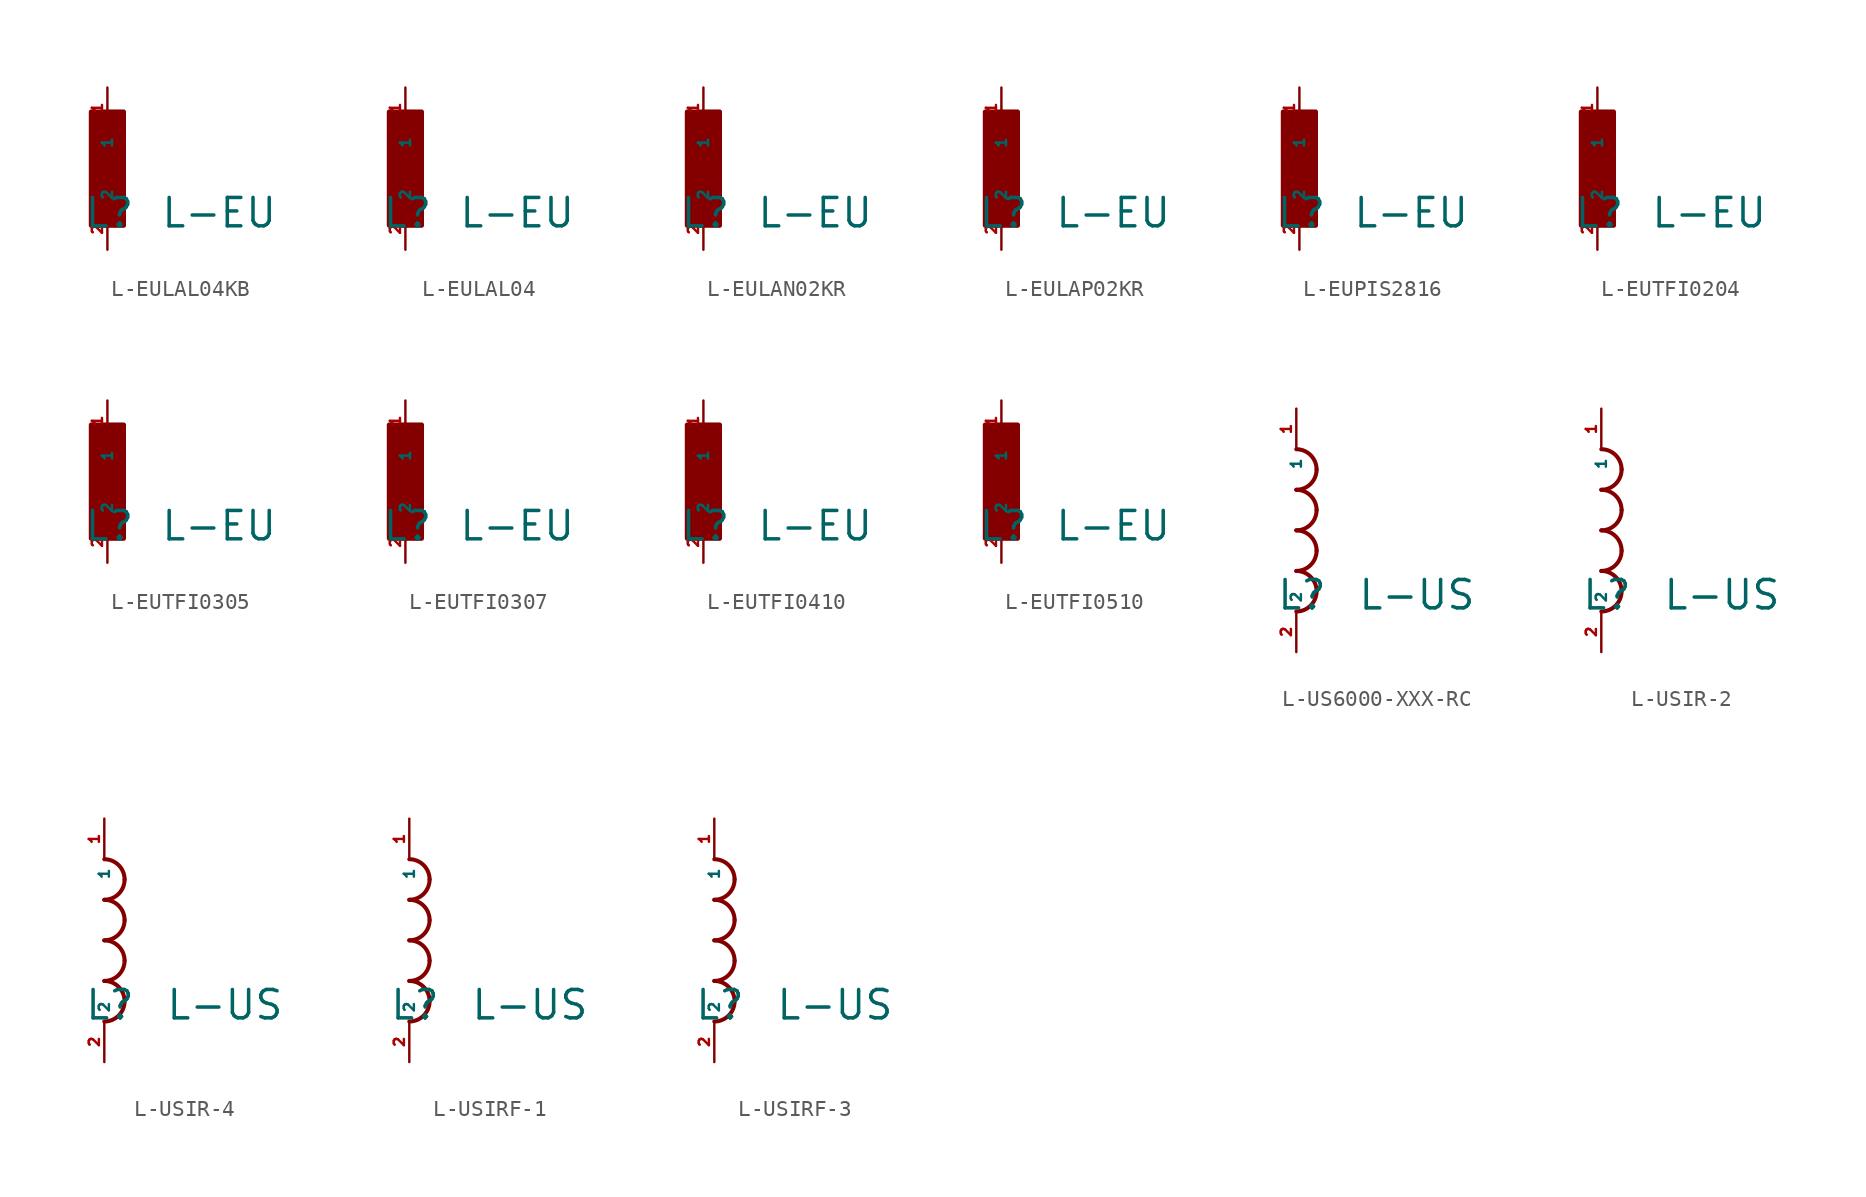
<source format=kicad_sym>
(kicad_symbol_lib
  (version 20220914)
  (generator Eagle2Kicad)
  (symbol "L-EULAL04KB"
    (property "Reference" "L"
      (at -1.499 -3.81 0)
      (effects (font (size 1.778 1.778) (thickness 0.22)) (justify left bottom)))
    (property "Value" "L-EU"
      (at 3.302 -3.81 0)
      (effects (font (size 1.778 1.778) (thickness 0.22)) (justify left bottom)))
    (rectangle
      (start -1.016 -3.556)
      (end 1.016 3.556)
      (stroke (width 0.3) (type default))
      (fill (type outline)))
    (pin passive line
      (at 0 -5.08 90)
      (length 2.54)
      (name "2" (effects (font (size 0.635 0.635) (thickness 0.08)) (justify left bottom)))
      (number "2" (effects (font (size 0.635 0.635) (thickness 0.08)) (justify left bottom))))
    (pin passive line
      (at 0 5.08 270)
      (length 2.54)
      (name "1" (effects (font (size 0.635 0.635) (thickness 0.08)) (justify left bottom)))
      (number "1" (effects (font (size 0.635 0.635) (thickness 0.08)) (justify left bottom)))))
  (symbol "L-EULAL04"
    (property "Reference" "L"
      (at -1.499 -3.81 0)
      (effects (font (size 1.778 1.778) (thickness 0.22)) (justify left bottom)))
    (property "Value" "L-EU"
      (at 3.302 -3.81 0)
      (effects (font (size 1.778 1.778) (thickness 0.22)) (justify left bottom)))
    (rectangle
      (start -1.016 -3.556)
      (end 1.016 3.556)
      (stroke (width 0.3) (type default))
      (fill (type outline)))
    (pin passive line
      (at 0 -5.08 90)
      (length 2.54)
      (name "2" (effects (font (size 0.635 0.635) (thickness 0.08)) (justify left bottom)))
      (number "2" (effects (font (size 0.635 0.635) (thickness 0.08)) (justify left bottom))))
    (pin passive line
      (at 0 5.08 270)
      (length 2.54)
      (name "1" (effects (font (size 0.635 0.635) (thickness 0.08)) (justify left bottom)))
      (number "1" (effects (font (size 0.635 0.635) (thickness 0.08)) (justify left bottom)))))
  (symbol "L-EULAN02KR"
    (property "Reference" "L"
      (at -1.499 -3.81 0)
      (effects (font (size 1.778 1.778) (thickness 0.22)) (justify left bottom)))
    (property "Value" "L-EU"
      (at 3.302 -3.81 0)
      (effects (font (size 1.778 1.778) (thickness 0.22)) (justify left bottom)))
    (rectangle
      (start -1.016 -3.556)
      (end 1.016 3.556)
      (stroke (width 0.3) (type default))
      (fill (type outline)))
    (pin passive line
      (at 0 -5.08 90)
      (length 2.54)
      (name "2" (effects (font (size 0.635 0.635) (thickness 0.08)) (justify left bottom)))
      (number "2" (effects (font (size 0.635 0.635) (thickness 0.08)) (justify left bottom))))
    (pin passive line
      (at 0 5.08 270)
      (length 2.54)
      (name "1" (effects (font (size 0.635 0.635) (thickness 0.08)) (justify left bottom)))
      (number "1" (effects (font (size 0.635 0.635) (thickness 0.08)) (justify left bottom)))))
  (symbol "L-EULAP02KR"
    (property "Reference" "L"
      (at -1.499 -3.81 0)
      (effects (font (size 1.778 1.778) (thickness 0.22)) (justify left bottom)))
    (property "Value" "L-EU"
      (at 3.302 -3.81 0)
      (effects (font (size 1.778 1.778) (thickness 0.22)) (justify left bottom)))
    (rectangle
      (start -1.016 -3.556)
      (end 1.016 3.556)
      (stroke (width 0.3) (type default))
      (fill (type outline)))
    (pin passive line
      (at 0 -5.08 90)
      (length 2.54)
      (name "2" (effects (font (size 0.635 0.635) (thickness 0.08)) (justify left bottom)))
      (number "2" (effects (font (size 0.635 0.635) (thickness 0.08)) (justify left bottom))))
    (pin passive line
      (at 0 5.08 270)
      (length 2.54)
      (name "1" (effects (font (size 0.635 0.635) (thickness 0.08)) (justify left bottom)))
      (number "1" (effects (font (size 0.635 0.635) (thickness 0.08)) (justify left bottom)))))
  (symbol "L-EUPIS2816"
    (property "Reference" "L"
      (at -1.499 -3.81 0)
      (effects (font (size 1.778 1.778) (thickness 0.22)) (justify left bottom)))
    (property "Value" "L-EU"
      (at 3.302 -3.81 0)
      (effects (font (size 1.778 1.778) (thickness 0.22)) (justify left bottom)))
    (rectangle
      (start -1.016 -3.556)
      (end 1.016 3.556)
      (stroke (width 0.3) (type default))
      (fill (type outline)))
    (pin passive line
      (at 0 -5.08 90)
      (length 2.54)
      (name "2" (effects (font (size 0.635 0.635) (thickness 0.08)) (justify left bottom)))
      (number "2" (effects (font (size 0.635 0.635) (thickness 0.08)) (justify left bottom))))
    (pin passive line
      (at 0 5.08 270)
      (length 2.54)
      (name "1" (effects (font (size 0.635 0.635) (thickness 0.08)) (justify left bottom)))
      (number "1" (effects (font (size 0.635 0.635) (thickness 0.08)) (justify left bottom)))))
  (symbol "L-EUTFI0204"
    (property "Reference" "L"
      (at -1.499 -3.81 0)
      (effects (font (size 1.778 1.778) (thickness 0.22)) (justify left bottom)))
    (property "Value" "L-EU"
      (at 3.302 -3.81 0)
      (effects (font (size 1.778 1.778) (thickness 0.22)) (justify left bottom)))
    (rectangle
      (start -1.016 -3.556)
      (end 1.016 3.556)
      (stroke (width 0.3) (type default))
      (fill (type outline)))
    (pin passive line
      (at 0 -5.08 90)
      (length 2.54)
      (name "2" (effects (font (size 0.635 0.635) (thickness 0.08)) (justify left bottom)))
      (number "2" (effects (font (size 0.635 0.635) (thickness 0.08)) (justify left bottom))))
    (pin passive line
      (at 0 5.08 270)
      (length 2.54)
      (name "1" (effects (font (size 0.635 0.635) (thickness 0.08)) (justify left bottom)))
      (number "1" (effects (font (size 0.635 0.635) (thickness 0.08)) (justify left bottom)))))
  (symbol "L-EUTFI0305"
    (property "Reference" "L"
      (at -1.499 -3.81 0)
      (effects (font (size 1.778 1.778) (thickness 0.22)) (justify left bottom)))
    (property "Value" "L-EU"
      (at 3.302 -3.81 0)
      (effects (font (size 1.778 1.778) (thickness 0.22)) (justify left bottom)))
    (rectangle
      (start -1.016 -3.556)
      (end 1.016 3.556)
      (stroke (width 0.3) (type default))
      (fill (type outline)))
    (pin passive line
      (at 0 -5.08 90)
      (length 2.54)
      (name "2" (effects (font (size 0.635 0.635) (thickness 0.08)) (justify left bottom)))
      (number "2" (effects (font (size 0.635 0.635) (thickness 0.08)) (justify left bottom))))
    (pin passive line
      (at 0 5.08 270)
      (length 2.54)
      (name "1" (effects (font (size 0.635 0.635) (thickness 0.08)) (justify left bottom)))
      (number "1" (effects (font (size 0.635 0.635) (thickness 0.08)) (justify left bottom)))))
  (symbol "L-EUTFI0307"
    (property "Reference" "L"
      (at -1.499 -3.81 0)
      (effects (font (size 1.778 1.778) (thickness 0.22)) (justify left bottom)))
    (property "Value" "L-EU"
      (at 3.302 -3.81 0)
      (effects (font (size 1.778 1.778) (thickness 0.22)) (justify left bottom)))
    (rectangle
      (start -1.016 -3.556)
      (end 1.016 3.556)
      (stroke (width 0.3) (type default))
      (fill (type outline)))
    (pin passive line
      (at 0 -5.08 90)
      (length 2.54)
      (name "2" (effects (font (size 0.635 0.635) (thickness 0.08)) (justify left bottom)))
      (number "2" (effects (font (size 0.635 0.635) (thickness 0.08)) (justify left bottom))))
    (pin passive line
      (at 0 5.08 270)
      (length 2.54)
      (name "1" (effects (font (size 0.635 0.635) (thickness 0.08)) (justify left bottom)))
      (number "1" (effects (font (size 0.635 0.635) (thickness 0.08)) (justify left bottom)))))
  (symbol "L-EUTFI0410"
    (property "Reference" "L"
      (at -1.499 -3.81 0)
      (effects (font (size 1.778 1.778) (thickness 0.22)) (justify left bottom)))
    (property "Value" "L-EU"
      (at 3.302 -3.81 0)
      (effects (font (size 1.778 1.778) (thickness 0.22)) (justify left bottom)))
    (rectangle
      (start -1.016 -3.556)
      (end 1.016 3.556)
      (stroke (width 0.3) (type default))
      (fill (type outline)))
    (pin passive line
      (at 0 -5.08 90)
      (length 2.54)
      (name "2" (effects (font (size 0.635 0.635) (thickness 0.08)) (justify left bottom)))
      (number "2" (effects (font (size 0.635 0.635) (thickness 0.08)) (justify left bottom))))
    (pin passive line
      (at 0 5.08 270)
      (length 2.54)
      (name "1" (effects (font (size 0.635 0.635) (thickness 0.08)) (justify left bottom)))
      (number "1" (effects (font (size 0.635 0.635) (thickness 0.08)) (justify left bottom)))))
  (symbol "L-EUTFI0510"
    (property "Reference" "L"
      (at -1.499 -3.81 0)
      (effects (font (size 1.778 1.778) (thickness 0.22)) (justify left bottom)))
    (property "Value" "L-EU"
      (at 3.302 -3.81 0)
      (effects (font (size 1.778 1.778) (thickness 0.22)) (justify left bottom)))
    (rectangle
      (start -1.016 -3.556)
      (end 1.016 3.556)
      (stroke (width 0.3) (type default))
      (fill (type outline)))
    (pin passive line
      (at 0 -5.08 90)
      (length 2.54)
      (name "2" (effects (font (size 0.635 0.635) (thickness 0.08)) (justify left bottom)))
      (number "2" (effects (font (size 0.635 0.635) (thickness 0.08)) (justify left bottom))))
    (pin passive line
      (at 0 5.08 270)
      (length 2.54)
      (name "1" (effects (font (size 0.635 0.635) (thickness 0.08)) (justify left bottom)))
      (number "1" (effects (font (size 0.635 0.635) (thickness 0.08)) (justify left bottom)))))
  (symbol "L-US6000-XXX-RC"
    (property "Reference" "L"
      (at -1.27 -5.08 0)
      (effects (font (size 1.778 1.778) (thickness 0.22)) (justify left bottom)))
    (property "Value" "L-US"
      (at 3.81 -5.08 0)
      (effects (font (size 1.778 1.778) (thickness 0.22)) (justify left bottom)))
    (arc
      (start 1.27 3.81)
      (mid 0.898 4.708)
      (end 0 5.08)
      (stroke (width 0.254) (type default))
      (fill (type none)))
    (arc
      (start 0 2.54)
      (mid 0.898 2.912)
      (end 1.27 3.81)
      (stroke (width 0.254) (type default))
      (fill (type none)))
    (arc
      (start 1.27 1.27)
      (mid 0.898 2.168)
      (end 0 2.54)
      (stroke (width 0.254) (type default))
      (fill (type none)))
    (arc
      (start 0 0)
      (mid 0.898 0.372)
      (end 1.27 1.27)
      (stroke (width 0.254) (type default))
      (fill (type none)))
    (arc
      (start 1.27 -1.27)
      (mid 0.898 -0.372)
      (end 0 0)
      (stroke (width 0.254) (type default))
      (fill (type none)))
    (arc
      (start 0 -2.54)
      (mid 0.898 -2.168)
      (end 1.27 -1.27)
      (stroke (width 0.254) (type default))
      (fill (type none)))
    (arc
      (start 1.27 -3.81)
      (mid 0.898 -2.912)
      (end 0 -2.54)
      (stroke (width 0.254) (type default))
      (fill (type none)))
    (arc
      (start 0 -5.08)
      (mid 0.898 -4.708)
      (end 1.27 -3.81)
      (stroke (width 0.254) (type default))
      (fill (type none)))
    (pin passive line
      (at 0 -7.62 90)
      (length 2.54)
      (name "2" (effects (font (size 0.635 0.635) (thickness 0.08)) (justify left bottom)))
      (number "2" (effects (font (size 0.635 0.635) (thickness 0.08)) (justify left bottom))))
    (pin passive line
      (at 0 7.62 270)
      (length 2.54)
      (name "1" (effects (font (size 0.635 0.635) (thickness 0.08)) (justify left bottom)))
      (number "1" (effects (font (size 0.635 0.635) (thickness 0.08)) (justify left bottom)))))
  (symbol "L-USIR-2"
    (property "Reference" "L"
      (at -1.27 -5.08 0)
      (effects (font (size 1.778 1.778) (thickness 0.22)) (justify left bottom)))
    (property "Value" "L-US"
      (at 3.81 -5.08 0)
      (effects (font (size 1.778 1.778) (thickness 0.22)) (justify left bottom)))
    (arc
      (start 1.27 3.81)
      (mid 0.898 4.708)
      (end 0 5.08)
      (stroke (width 0.254) (type default))
      (fill (type none)))
    (arc
      (start 0 2.54)
      (mid 0.898 2.912)
      (end 1.27 3.81)
      (stroke (width 0.254) (type default))
      (fill (type none)))
    (arc
      (start 1.27 1.27)
      (mid 0.898 2.168)
      (end 0 2.54)
      (stroke (width 0.254) (type default))
      (fill (type none)))
    (arc
      (start 0 0)
      (mid 0.898 0.372)
      (end 1.27 1.27)
      (stroke (width 0.254) (type default))
      (fill (type none)))
    (arc
      (start 1.27 -1.27)
      (mid 0.898 -0.372)
      (end 0 0)
      (stroke (width 0.254) (type default))
      (fill (type none)))
    (arc
      (start 0 -2.54)
      (mid 0.898 -2.168)
      (end 1.27 -1.27)
      (stroke (width 0.254) (type default))
      (fill (type none)))
    (arc
      (start 1.27 -3.81)
      (mid 0.898 -2.912)
      (end 0 -2.54)
      (stroke (width 0.254) (type default))
      (fill (type none)))
    (arc
      (start 0 -5.08)
      (mid 0.898 -4.708)
      (end 1.27 -3.81)
      (stroke (width 0.254) (type default))
      (fill (type none)))
    (pin passive line
      (at 0 -7.62 90)
      (length 2.54)
      (name "2" (effects (font (size 0.635 0.635) (thickness 0.08)) (justify left bottom)))
      (number "2" (effects (font (size 0.635 0.635) (thickness 0.08)) (justify left bottom))))
    (pin passive line
      (at 0 7.62 270)
      (length 2.54)
      (name "1" (effects (font (size 0.635 0.635) (thickness 0.08)) (justify left bottom)))
      (number "1" (effects (font (size 0.635 0.635) (thickness 0.08)) (justify left bottom)))))
  (symbol "L-USIR-4"
    (property "Reference" "L"
      (at -1.27 -5.08 0)
      (effects (font (size 1.778 1.778) (thickness 0.22)) (justify left bottom)))
    (property "Value" "L-US"
      (at 3.81 -5.08 0)
      (effects (font (size 1.778 1.778) (thickness 0.22)) (justify left bottom)))
    (arc
      (start 1.27 3.81)
      (mid 0.898 4.708)
      (end 0 5.08)
      (stroke (width 0.254) (type default))
      (fill (type none)))
    (arc
      (start 0 2.54)
      (mid 0.898 2.912)
      (end 1.27 3.81)
      (stroke (width 0.254) (type default))
      (fill (type none)))
    (arc
      (start 1.27 1.27)
      (mid 0.898 2.168)
      (end 0 2.54)
      (stroke (width 0.254) (type default))
      (fill (type none)))
    (arc
      (start 0 0)
      (mid 0.898 0.372)
      (end 1.27 1.27)
      (stroke (width 0.254) (type default))
      (fill (type none)))
    (arc
      (start 1.27 -1.27)
      (mid 0.898 -0.372)
      (end 0 0)
      (stroke (width 0.254) (type default))
      (fill (type none)))
    (arc
      (start 0 -2.54)
      (mid 0.898 -2.168)
      (end 1.27 -1.27)
      (stroke (width 0.254) (type default))
      (fill (type none)))
    (arc
      (start 1.27 -3.81)
      (mid 0.898 -2.912)
      (end 0 -2.54)
      (stroke (width 0.254) (type default))
      (fill (type none)))
    (arc
      (start 0 -5.08)
      (mid 0.898 -4.708)
      (end 1.27 -3.81)
      (stroke (width 0.254) (type default))
      (fill (type none)))
    (pin passive line
      (at 0 -7.62 90)
      (length 2.54)
      (name "2" (effects (font (size 0.635 0.635) (thickness 0.08)) (justify left bottom)))
      (number "2" (effects (font (size 0.635 0.635) (thickness 0.08)) (justify left bottom))))
    (pin passive line
      (at 0 7.62 270)
      (length 2.54)
      (name "1" (effects (font (size 0.635 0.635) (thickness 0.08)) (justify left bottom)))
      (number "1" (effects (font (size 0.635 0.635) (thickness 0.08)) (justify left bottom)))))
  (symbol "L-USIRF-1"
    (property "Reference" "L"
      (at -1.27 -5.08 0)
      (effects (font (size 1.778 1.778) (thickness 0.22)) (justify left bottom)))
    (property "Value" "L-US"
      (at 3.81 -5.08 0)
      (effects (font (size 1.778 1.778) (thickness 0.22)) (justify left bottom)))
    (arc
      (start 1.27 3.81)
      (mid 0.898 4.708)
      (end 0 5.08)
      (stroke (width 0.254) (type default))
      (fill (type none)))
    (arc
      (start 0 2.54)
      (mid 0.898 2.912)
      (end 1.27 3.81)
      (stroke (width 0.254) (type default))
      (fill (type none)))
    (arc
      (start 1.27 1.27)
      (mid 0.898 2.168)
      (end 0 2.54)
      (stroke (width 0.254) (type default))
      (fill (type none)))
    (arc
      (start 0 0)
      (mid 0.898 0.372)
      (end 1.27 1.27)
      (stroke (width 0.254) (type default))
      (fill (type none)))
    (arc
      (start 1.27 -1.27)
      (mid 0.898 -0.372)
      (end 0 0)
      (stroke (width 0.254) (type default))
      (fill (type none)))
    (arc
      (start 0 -2.54)
      (mid 0.898 -2.168)
      (end 1.27 -1.27)
      (stroke (width 0.254) (type default))
      (fill (type none)))
    (arc
      (start 1.27 -3.81)
      (mid 0.898 -2.912)
      (end 0 -2.54)
      (stroke (width 0.254) (type default))
      (fill (type none)))
    (arc
      (start 0 -5.08)
      (mid 0.898 -4.708)
      (end 1.27 -3.81)
      (stroke (width 0.254) (type default))
      (fill (type none)))
    (pin passive line
      (at 0 -7.62 90)
      (length 2.54)
      (name "2" (effects (font (size 0.635 0.635) (thickness 0.08)) (justify left bottom)))
      (number "2" (effects (font (size 0.635 0.635) (thickness 0.08)) (justify left bottom))))
    (pin passive line
      (at 0 7.62 270)
      (length 2.54)
      (name "1" (effects (font (size 0.635 0.635) (thickness 0.08)) (justify left bottom)))
      (number "1" (effects (font (size 0.635 0.635) (thickness 0.08)) (justify left bottom)))))
  (symbol "L-USIRF-3"
    (property "Reference" "L"
      (at -1.27 -5.08 0)
      (effects (font (size 1.778 1.778) (thickness 0.22)) (justify left bottom)))
    (property "Value" "L-US"
      (at 3.81 -5.08 0)
      (effects (font (size 1.778 1.778) (thickness 0.22)) (justify left bottom)))
    (arc
      (start 1.27 3.81)
      (mid 0.898 4.708)
      (end 0 5.08)
      (stroke (width 0.254) (type default))
      (fill (type none)))
    (arc
      (start 0 2.54)
      (mid 0.898 2.912)
      (end 1.27 3.81)
      (stroke (width 0.254) (type default))
      (fill (type none)))
    (arc
      (start 1.27 1.27)
      (mid 0.898 2.168)
      (end 0 2.54)
      (stroke (width 0.254) (type default))
      (fill (type none)))
    (arc
      (start 0 0)
      (mid 0.898 0.372)
      (end 1.27 1.27)
      (stroke (width 0.254) (type default))
      (fill (type none)))
    (arc
      (start 1.27 -1.27)
      (mid 0.898 -0.372)
      (end 0 0)
      (stroke (width 0.254) (type default))
      (fill (type none)))
    (arc
      (start 0 -2.54)
      (mid 0.898 -2.168)
      (end 1.27 -1.27)
      (stroke (width 0.254) (type default))
      (fill (type none)))
    (arc
      (start 1.27 -3.81)
      (mid 0.898 -2.912)
      (end 0 -2.54)
      (stroke (width 0.254) (type default))
      (fill (type none)))
    (arc
      (start 0 -5.08)
      (mid 0.898 -4.708)
      (end 1.27 -3.81)
      (stroke (width 0.254) (type default))
      (fill (type none)))
    (pin passive line
      (at 0 -7.62 90)
      (length 2.54)
      (name "2" (effects (font (size 0.635 0.635) (thickness 0.08)) (justify left bottom)))
      (number "2" (effects (font (size 0.635 0.635) (thickness 0.08)) (justify left bottom))))
    (pin passive line
      (at 0 7.62 270)
      (length 2.54)
      (name "1" (effects (font (size 0.635 0.635) (thickness 0.08)) (justify left bottom)))
      (number "1" (effects (font (size 0.635 0.635) (thickness 0.08)) (justify left bottom))))))
</source>
